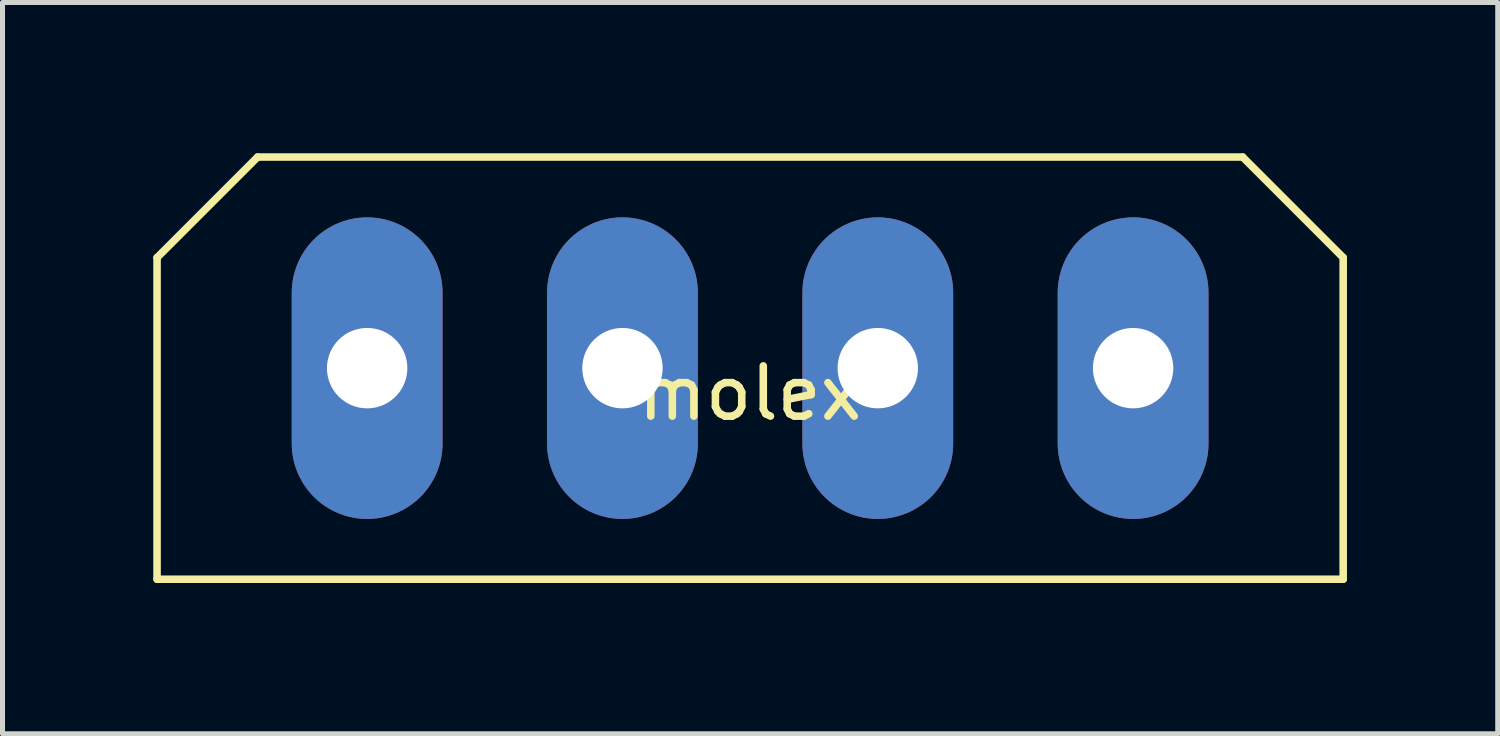
<source format=kicad_pcb>
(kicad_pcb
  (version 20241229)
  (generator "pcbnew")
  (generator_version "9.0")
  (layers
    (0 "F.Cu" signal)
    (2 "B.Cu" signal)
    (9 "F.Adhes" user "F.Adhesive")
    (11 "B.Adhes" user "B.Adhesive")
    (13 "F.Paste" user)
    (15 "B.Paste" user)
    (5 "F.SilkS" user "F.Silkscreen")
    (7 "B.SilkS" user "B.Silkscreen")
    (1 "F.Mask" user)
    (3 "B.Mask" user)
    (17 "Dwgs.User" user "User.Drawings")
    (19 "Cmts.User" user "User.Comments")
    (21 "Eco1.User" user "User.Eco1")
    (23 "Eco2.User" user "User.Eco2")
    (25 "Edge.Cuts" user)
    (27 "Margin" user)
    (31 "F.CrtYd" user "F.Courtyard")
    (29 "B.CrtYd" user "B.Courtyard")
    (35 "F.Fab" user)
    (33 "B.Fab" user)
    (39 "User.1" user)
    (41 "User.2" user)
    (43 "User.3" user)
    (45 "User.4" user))
  (footprint "molex"
    (layer "F.Cu")
    (at 11.875 4.275)
    (property "Reference" "molex" (at 0 0.5 0) (layer "F.SilkS") (effects (font (size 1 1) (thickness 0.15))))
    (attr through_hole)
    (fp_line (start -11.8 -2.2) (end -11.8 4.2) (stroke (width 0.15) (type solid)) (layer "F.SilkS"))
    (fp_line (start -11.8 4.2) (end 11.8 4.2) (stroke (width 0.15) (type solid)) (layer "F.SilkS"))
    (fp_line (start -9.8 -4.2) (end -11.8 -2.2) (stroke (width 0.15) (type solid)) (layer "F.SilkS"))
    (fp_line (start 9.8 -4.2) (end -9.8 -4.2) (stroke (width 0.15) (type solid)) (layer "F.SilkS"))
    (fp_line (start 11.8 -2.2) (end 9.8 -4.2) (stroke (width 0.15) (type solid)) (layer "F.SilkS"))
    (fp_line (start 11.8 4.2) (end 11.8 -2.2) (stroke (width 0.15) (type solid)) (layer "F.SilkS"))
    (pad "1" thru_hole oval (at 7.62 0) (size 3 6) (drill 1.6) (layers "*.Cu" "*.Mask"))
    (pad "2" thru_hole oval (at 2.54 0) (size 3 6) (drill 1.6) (layers "*.Cu" "*.Mask"))
    (pad "3" thru_hole oval (at -2.54 0) (size 3 6) (drill 1.6) (layers "*.Cu" "*.Mask"))
    (pad "4" thru_hole oval (at -7.62 0) (size 3 6) (drill 1.6) (layers "*.Cu" "*.Mask")))
  (gr_rect
    (start -3 -3)
    (end 26.75 11.55)
    (stroke (width 0.1) (type default))
    (fill no)
    (layer "Edge.Cuts")))
</source>
